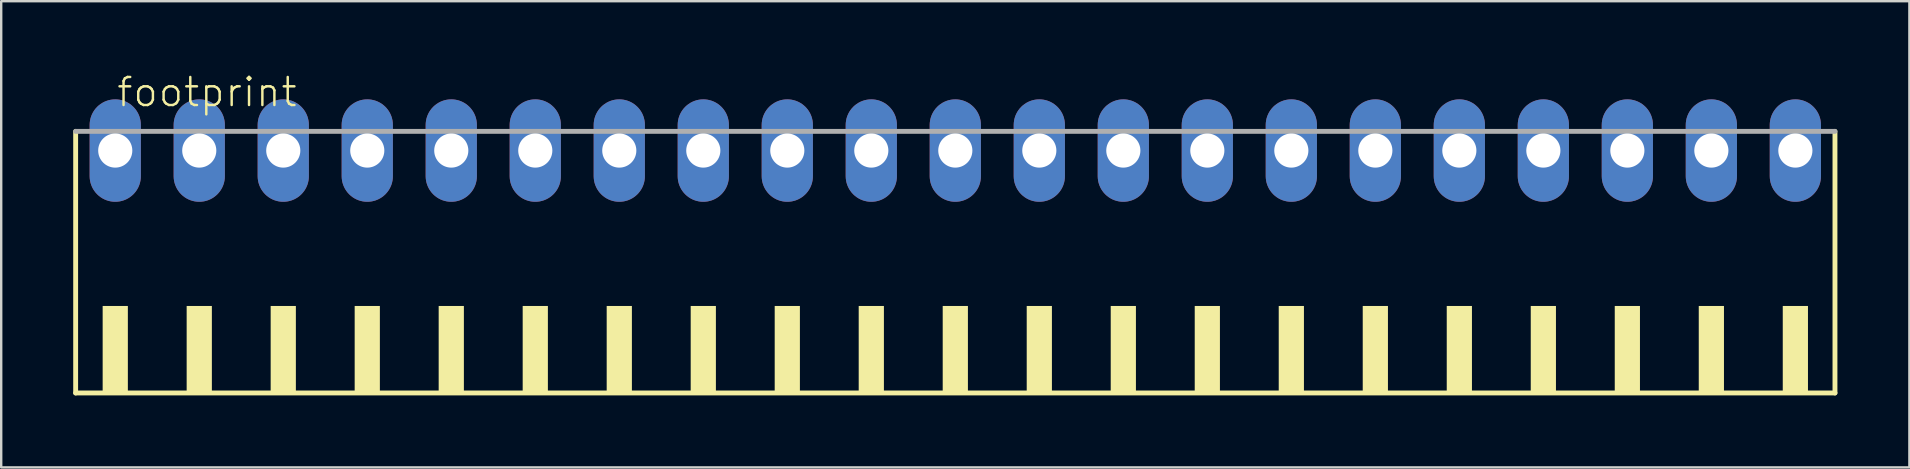
<source format=kicad_pcb>
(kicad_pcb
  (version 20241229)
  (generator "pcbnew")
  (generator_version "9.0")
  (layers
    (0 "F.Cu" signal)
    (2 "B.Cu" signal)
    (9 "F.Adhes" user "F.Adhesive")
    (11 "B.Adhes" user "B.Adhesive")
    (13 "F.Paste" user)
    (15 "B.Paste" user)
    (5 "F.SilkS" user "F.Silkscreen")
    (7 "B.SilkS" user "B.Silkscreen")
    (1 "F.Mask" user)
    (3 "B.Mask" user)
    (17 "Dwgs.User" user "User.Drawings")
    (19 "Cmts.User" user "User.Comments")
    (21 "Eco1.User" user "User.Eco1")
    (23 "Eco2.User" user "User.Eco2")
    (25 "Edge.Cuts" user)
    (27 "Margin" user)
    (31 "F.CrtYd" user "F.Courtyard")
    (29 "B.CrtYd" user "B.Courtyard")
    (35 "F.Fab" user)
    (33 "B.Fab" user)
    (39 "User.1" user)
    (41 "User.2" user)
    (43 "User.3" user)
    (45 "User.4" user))
  (footprint "footprint"
    (layer "F.Cu")
    (at 36.752 8.473)
    (property "Reference" "footprint" (at -35 -7 0) (layer "F.SilkS") (effects (font (size 1.168 1.168) (thickness 0.102)) (justify left bottom)))
    (fp_line (start -36.65 -6.05) (end -36.65 4.85) (stroke (width 0.203) (type solid)) (layer "F.SilkS"))
    (fp_line (start -36.65 4.85) (end 36.65 4.85) (stroke (width 0.203) (type solid)) (layer "F.SilkS"))
    (fp_line (start 36.65 4.85) (end 36.65 -6.05) (stroke (width 0.203) (type solid)) (layer "F.SilkS"))
    (fp_poly (pts (xy -35.525 4.9) (xy -34.475 4.9) (xy -34.475 1.225) (xy -35.525 1.225)) (stroke (width 0) (type solid)) (fill yes) (layer "F.SilkS"))
    (fp_poly (pts (xy -32.025 4.9) (xy -30.975 4.9) (xy -30.975 1.225) (xy -32.025 1.225)) (stroke (width 0) (type solid)) (fill yes) (layer "F.SilkS"))
    (fp_poly (pts (xy -28.525 4.9) (xy -27.475 4.9) (xy -27.475 1.225) (xy -28.525 1.225)) (stroke (width 0) (type solid)) (fill yes) (layer "F.SilkS"))
    (fp_poly (pts (xy -25.025 4.9) (xy -23.975 4.9) (xy -23.975 1.225) (xy -25.025 1.225)) (stroke (width 0) (type solid)) (fill yes) (layer "F.SilkS"))
    (fp_poly (pts (xy -21.525 4.9) (xy -20.475 4.9) (xy -20.475 1.225) (xy -21.525 1.225)) (stroke (width 0) (type solid)) (fill yes) (layer "F.SilkS"))
    (fp_poly (pts (xy -18.025 4.9) (xy -16.975 4.9) (xy -16.975 1.225) (xy -18.025 1.225)) (stroke (width 0) (type solid)) (fill yes) (layer "F.SilkS"))
    (fp_poly (pts (xy -14.525 4.9) (xy -13.475 4.9) (xy -13.475 1.225) (xy -14.525 1.225)) (stroke (width 0) (type solid)) (fill yes) (layer "F.SilkS"))
    (fp_poly (pts (xy -11.025 4.9) (xy -9.975 4.9) (xy -9.975 1.225) (xy -11.025 1.225)) (stroke (width 0) (type solid)) (fill yes) (layer "F.SilkS"))
    (fp_poly (pts (xy -7.525 4.9) (xy -6.475 4.9) (xy -6.475 1.225) (xy -7.525 1.225)) (stroke (width 0) (type solid)) (fill yes) (layer "F.SilkS"))
    (fp_poly (pts (xy -4.025 4.9) (xy -2.975 4.9) (xy -2.975 1.225) (xy -4.025 1.225)) (stroke (width 0) (type solid)) (fill yes) (layer "F.SilkS"))
    (fp_poly (pts (xy -0.525 4.9) (xy 0.525 4.9) (xy 0.525 1.225) (xy -0.525 1.225)) (stroke (width 0) (type solid)) (fill yes) (layer "F.SilkS"))
    (fp_poly (pts (xy 2.975 4.9) (xy 4.025 4.9) (xy 4.025 1.225) (xy 2.975 1.225)) (stroke (width 0) (type solid)) (fill yes) (layer "F.SilkS"))
    (fp_poly (pts (xy 6.475 4.9) (xy 7.525 4.9) (xy 7.525 1.225) (xy 6.475 1.225)) (stroke (width 0) (type solid)) (fill yes) (layer "F.SilkS"))
    (fp_poly (pts (xy 9.975 4.9) (xy 11.025 4.9) (xy 11.025 1.225) (xy 9.975 1.225)) (stroke (width 0) (type solid)) (fill yes) (layer "F.SilkS"))
    (fp_poly (pts (xy 13.475 4.9) (xy 14.525 4.9) (xy 14.525 1.225) (xy 13.475 1.225)) (stroke (width 0) (type solid)) (fill yes) (layer "F.SilkS"))
    (fp_poly (pts (xy 16.975 4.9) (xy 18.025 4.9) (xy 18.025 1.225) (xy 16.975 1.225)) (stroke (width 0) (type solid)) (fill yes) (layer "F.SilkS"))
    (fp_poly (pts (xy 20.475 4.9) (xy 21.525 4.9) (xy 21.525 1.225) (xy 20.475 1.225)) (stroke (width 0) (type solid)) (fill yes) (layer "F.SilkS"))
    (fp_poly (pts (xy 23.975 4.9) (xy 25.025 4.9) (xy 25.025 1.225) (xy 23.975 1.225)) (stroke (width 0) (type solid)) (fill yes) (layer "F.SilkS"))
    (fp_poly (pts (xy 27.475 4.9) (xy 28.525 4.9) (xy 28.525 1.225) (xy 27.475 1.225)) (stroke (width 0) (type solid)) (fill yes) (layer "F.SilkS"))
    (fp_poly (pts (xy 30.975 4.9) (xy 32.025 4.9) (xy 32.025 1.225) (xy 30.975 1.225)) (stroke (width 0) (type solid)) (fill yes) (layer "F.SilkS"))
    (fp_poly (pts (xy 34.475 4.9) (xy 35.525 4.9) (xy 35.525 1.225) (xy 34.475 1.225)) (stroke (width 0) (type solid)) (fill yes) (layer "F.SilkS"))
    (fp_line (start 36.65 -6.05) (end -36.65 -6.05) (stroke (width 0.203) (type solid)) (layer "F.Fab"))
    (pad "1" thru_hole oval (at -35 -5.25 90) (size 4.267 2.134) (drill 1.422) (layers "*.Cu" "*.Mask"))
    (pad "2" thru_hole oval (at -31.5 -5.25 90) (size 4.267 2.134) (drill 1.422) (layers "*.Cu" "*.Mask"))
    (pad "3" thru_hole oval (at -28 -5.25 90) (size 4.267 2.134) (drill 1.422) (layers "*.Cu" "*.Mask"))
    (pad "4" thru_hole oval (at -24.5 -5.25 90) (size 4.267 2.134) (drill 1.422) (layers "*.Cu" "*.Mask"))
    (pad "5" thru_hole oval (at -21 -5.25 90) (size 4.267 2.134) (drill 1.422) (layers "*.Cu" "*.Mask"))
    (pad "6" thru_hole oval (at -17.5 -5.25 90) (size 4.267 2.134) (drill 1.422) (layers "*.Cu" "*.Mask"))
    (pad "7" thru_hole oval (at -14 -5.25 90) (size 4.267 2.134) (drill 1.422) (layers "*.Cu" "*.Mask"))
    (pad "8" thru_hole oval (at -10.5 -5.25 90) (size 4.267 2.134) (drill 1.422) (layers "*.Cu" "*.Mask"))
    (pad "9" thru_hole oval (at -7 -5.25 90) (size 4.267 2.134) (drill 1.422) (layers "*.Cu" "*.Mask"))
    (pad "10" thru_hole oval (at -3.5 -5.25 90) (size 4.267 2.134) (drill 1.422) (layers "*.Cu" "*.Mask"))
    (pad "11" thru_hole oval (at 0 -5.25 90) (size 4.267 2.134) (drill 1.422) (layers "*.Cu" "*.Mask"))
    (pad "12" thru_hole oval (at 3.5 -5.25 90) (size 4.267 2.134) (drill 1.422) (layers "*.Cu" "*.Mask"))
    (pad "13" thru_hole oval (at 7 -5.25 90) (size 4.267 2.134) (drill 1.422) (layers "*.Cu" "*.Mask"))
    (pad "14" thru_hole oval (at 10.5 -5.25 90) (size 4.267 2.134) (drill 1.422) (layers "*.Cu" "*.Mask"))
    (pad "15" thru_hole oval (at 14 -5.25 90) (size 4.267 2.134) (drill 1.422) (layers "*.Cu" "*.Mask"))
    (pad "16" thru_hole oval (at 17.5 -5.25 90) (size 4.267 2.134) (drill 1.422) (layers "*.Cu" "*.Mask"))
    (pad "17" thru_hole oval (at 21 -5.25 90) (size 4.267 2.134) (drill 1.422) (layers "*.Cu" "*.Mask"))
    (pad "18" thru_hole oval (at 24.5 -5.25 90) (size 4.267 2.134) (drill 1.422) (layers "*.Cu" "*.Mask"))
    (pad "19" thru_hole oval (at 28 -5.25 90) (size 4.267 2.134) (drill 1.422) (layers "*.Cu" "*.Mask"))
    (pad "20" thru_hole oval (at 31.5 -5.25 90) (size 4.267 2.134) (drill 1.422) (layers "*.Cu" "*.Mask"))
    (pad "21" thru_hole oval (at 35 -5.25 90) (size 4.267 2.134) (drill 1.422) (layers "*.Cu" "*.Mask")))
  (gr_rect
    (start -3 -3)
    (end 76.503 16.425)
    (stroke (width 0.1) (type default))
    (fill no)
    (layer "Edge.Cuts")))
</source>
